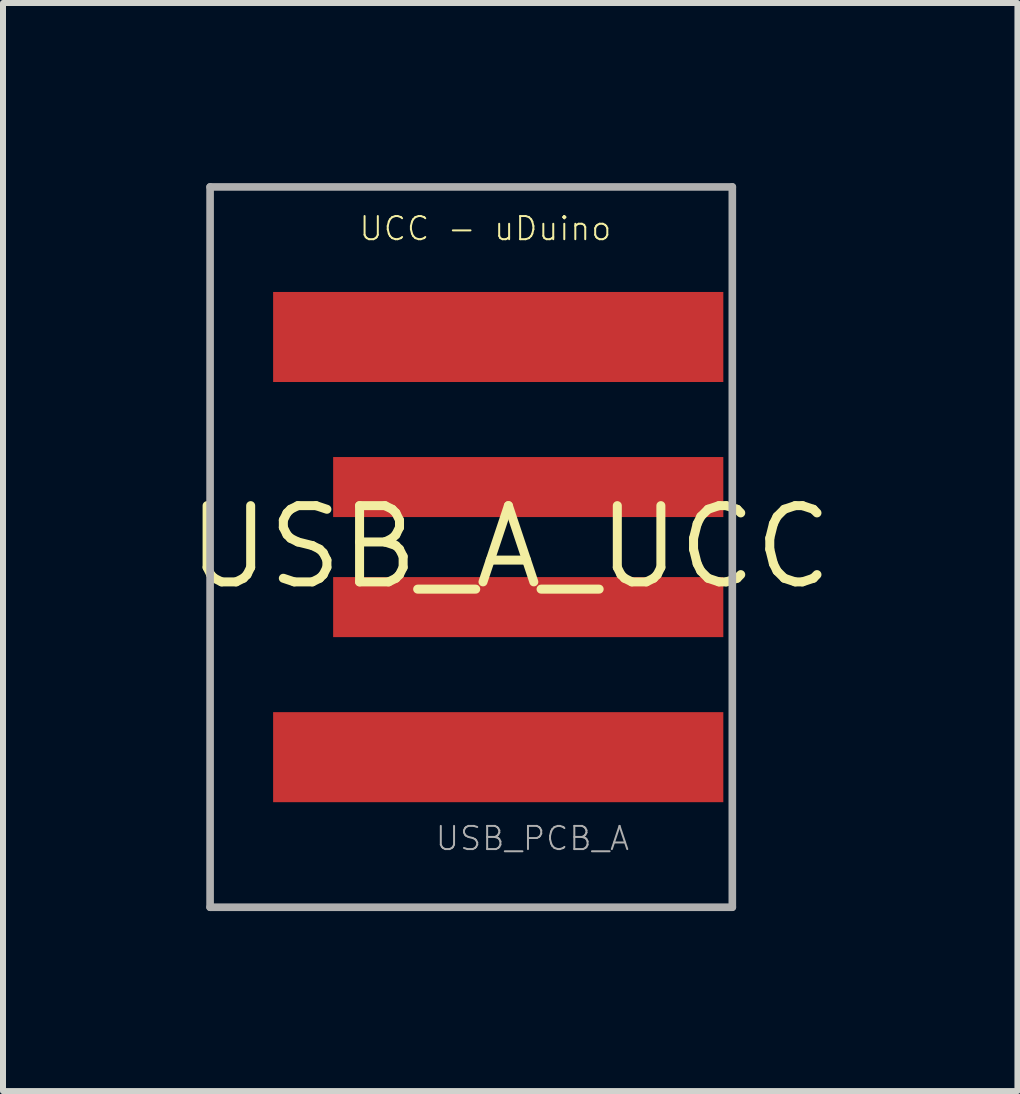
<source format=kicad_pcb>
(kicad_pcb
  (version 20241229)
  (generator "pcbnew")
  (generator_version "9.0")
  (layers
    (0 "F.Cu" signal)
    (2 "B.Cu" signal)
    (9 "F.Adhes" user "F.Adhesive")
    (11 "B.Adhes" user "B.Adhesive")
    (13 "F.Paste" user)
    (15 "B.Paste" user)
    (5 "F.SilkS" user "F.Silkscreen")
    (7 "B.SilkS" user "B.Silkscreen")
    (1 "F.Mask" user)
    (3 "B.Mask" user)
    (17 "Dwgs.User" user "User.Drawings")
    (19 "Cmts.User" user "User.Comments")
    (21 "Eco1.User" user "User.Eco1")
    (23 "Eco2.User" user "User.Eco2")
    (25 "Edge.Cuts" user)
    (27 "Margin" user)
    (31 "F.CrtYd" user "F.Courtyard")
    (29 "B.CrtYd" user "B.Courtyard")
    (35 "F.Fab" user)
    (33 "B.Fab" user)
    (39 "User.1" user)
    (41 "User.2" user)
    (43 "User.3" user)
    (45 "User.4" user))
  (footprint "USB_A_UCC"
    (layer "F.Cu")
    (at 5.45 6.064)
    (property "Reference" "USB_A_UCC" (at 0 0 0) (layer "F.SilkS") (effects (font (size 1.27 1.27) (thickness 0.15))))
    (attr through_hole)
    (fp_line (start -5 -6) (end 3.7 -6) (stroke (width 0.127) (type solid)) (layer "F.Fab"))
    (fp_line (start -5 6) (end -5 -6) (stroke (width 0.127) (type solid)) (layer "F.Fab"))
    (fp_line (start 3.7 -6) (end 3.7 6) (stroke (width 0.127) (type solid)) (layer "F.Fab"))
    (fp_line (start 3.7 6) (end -5 6) (stroke (width 0.127) (type solid)) (layer "F.Fab"))
    (fp_text user "UCC - uDuino" (at -2.54 -5.08 0) (layer "F.SilkS") (effects (font (size 0.386 0.386) (thickness 0.033)) (justify left bottom)))
    (fp_text user "USB_PCB_A" (at -1.27 5.08 0) (layer "F.Fab") (effects (font (size 0.386 0.386) (thickness 0.033)) (justify left bottom)))
    (pad "1" smd rect (at -0.2 3.5) (size 7.5 1.5) (layers "F.Cu" "F.Mask" "F.Paste"))
    (pad "2" smd rect (at 0.3 1) (size 6.5 1) (layers "F.Cu" "F.Mask" "F.Paste"))
    (pad "3" smd rect (at 0.3 -1) (size 6.5 1) (layers "F.Cu" "F.Mask" "F.Paste"))
    (pad "4" smd rect (at -0.2 -3.5) (size 7.5 1.5) (layers "F.Cu" "F.Mask" "F.Paste")))
  (gr_rect
    (start -3 -3)
    (end 13.9 15.127)
    (stroke (width 0.1) (type default))
    (fill no)
    (layer "Edge.Cuts")))
</source>
